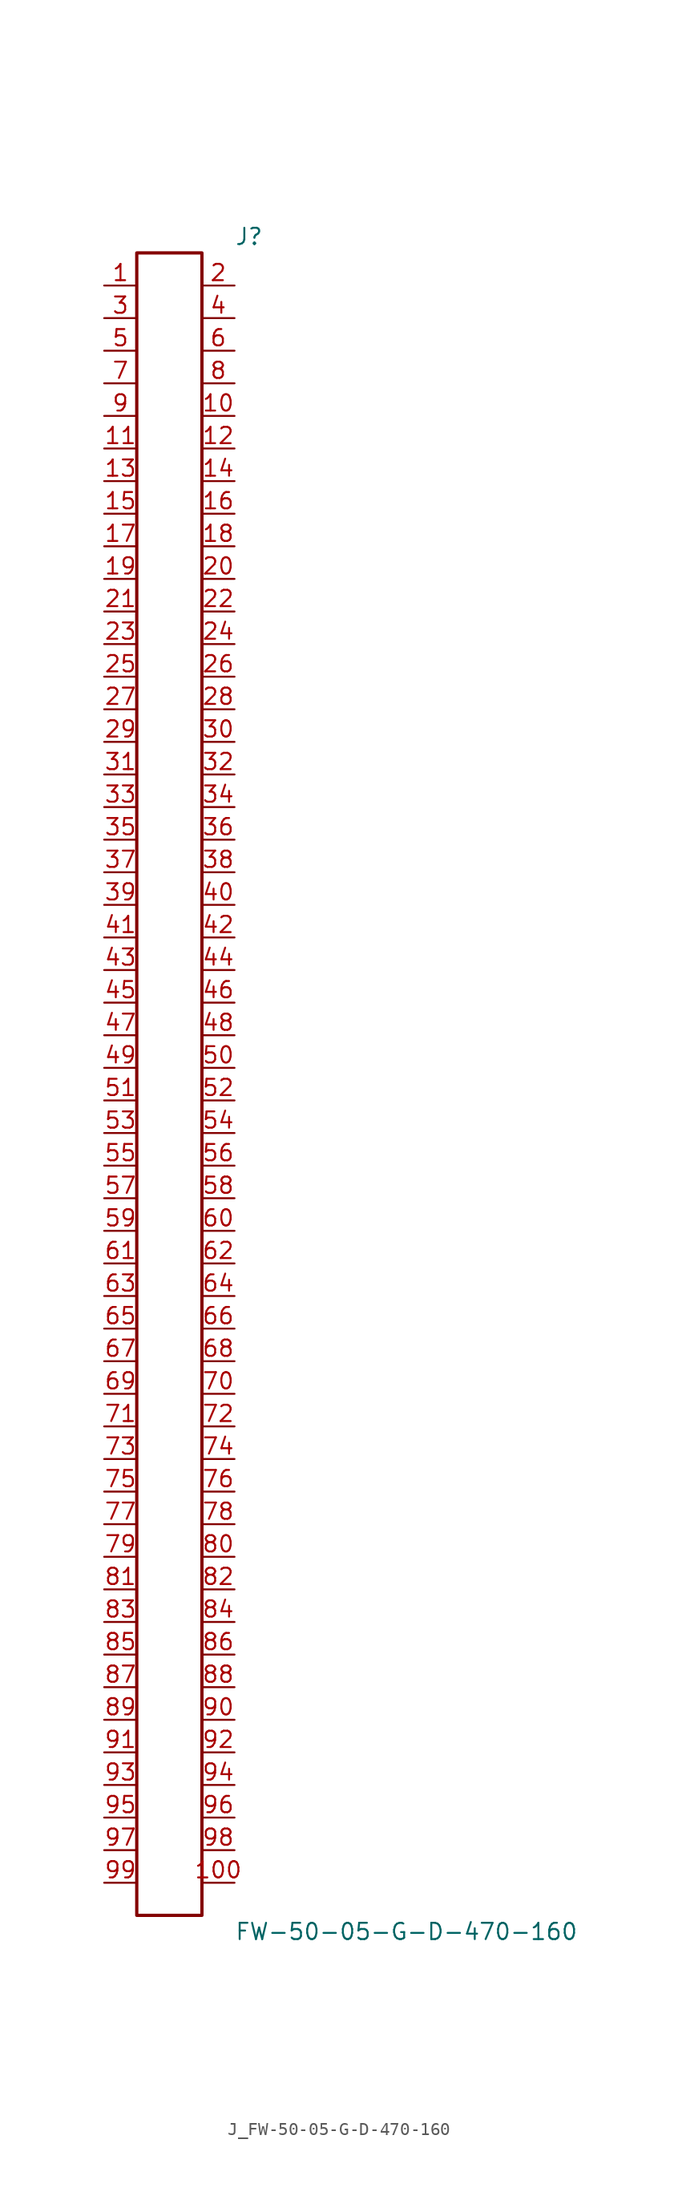
<source format=kicad_sym>
(kicad_symbol_lib
  (version 20231120)
  (generator kicad_symbol_editor)
  (generator_version 8.0)
  (symbol "J_FW-50-05-G-D-470-160"
    (pin_names
      (offset 0.254))
    (property "Reference" "J"
      (at 5.08 66.04 0)
      (effects (font (size 1.27 1.27)) (justify left)))
    (property "Value" "FW-50-05-G-D-470-160"
      (at 5.08 -66.04 0)
      (effects (font (size 1.27 1.27)) (justify left)))
    (symbol "J_FW-50-05-G-D-470-160_0_0"
      (pin unspecified line (at -5.08 62.23 0) (length 2.54) (name "" (effects (font (size 1.27 1.27)))) (number "1" (effects (font (size 1.27 1.27)))))
      (pin unspecified line (at 5.08 62.23 180) (length 2.54) (name "" (effects (font (size 1.27 1.27)))) (number "2" (effects (font (size 1.27 1.27)))))
      (pin unspecified line (at -5.08 59.69 0) (length 2.54) (name "" (effects (font (size 1.27 1.27)))) (number "3" (effects (font (size 1.27 1.27)))))
      (pin unspecified line (at 5.08 59.69 180) (length 2.54) (name "" (effects (font (size 1.27 1.27)))) (number "4" (effects (font (size 1.27 1.27)))))
      (pin unspecified line (at -5.08 57.15 0) (length 2.54) (name "" (effects (font (size 1.27 1.27)))) (number "5" (effects (font (size 1.27 1.27)))))
      (pin unspecified line (at 5.08 57.15 180) (length 2.54) (name "" (effects (font (size 1.27 1.27)))) (number "6" (effects (font (size 1.27 1.27)))))
      (pin unspecified line (at -5.08 54.61 0) (length 2.54) (name "" (effects (font (size 1.27 1.27)))) (number "7" (effects (font (size 1.27 1.27)))))
      (pin unspecified line (at 5.08 54.61 180) (length 2.54) (name "" (effects (font (size 1.27 1.27)))) (number "8" (effects (font (size 1.27 1.27)))))
      (pin unspecified line (at -5.08 52.07 0) (length 2.54) (name "" (effects (font (size 1.27 1.27)))) (number "9" (effects (font (size 1.27 1.27)))))
      (pin unspecified line (at 5.08 52.07 180) (length 2.54) (name "" (effects (font (size 1.27 1.27)))) (number "10" (effects (font (size 1.27 1.27)))))
      (pin unspecified line (at -5.08 49.53 0) (length 2.54) (name "" (effects (font (size 1.27 1.27)))) (number "11" (effects (font (size 1.27 1.27)))))
      (pin unspecified line (at 5.08 49.53 180) (length 2.54) (name "" (effects (font (size 1.27 1.27)))) (number "12" (effects (font (size 1.27 1.27)))))
      (pin unspecified line (at -5.08 46.99 0) (length 2.54) (name "" (effects (font (size 1.27 1.27)))) (number "13" (effects (font (size 1.27 1.27)))))
      (pin unspecified line (at 5.08 46.99 180) (length 2.54) (name "" (effects (font (size 1.27 1.27)))) (number "14" (effects (font (size 1.27 1.27)))))
      (pin unspecified line (at -5.08 44.45 0) (length 2.54) (name "" (effects (font (size 1.27 1.27)))) (number "15" (effects (font (size 1.27 1.27)))))
      (pin unspecified line (at 5.08 44.45 180) (length 2.54) (name "" (effects (font (size 1.27 1.27)))) (number "16" (effects (font (size 1.27 1.27)))))
      (pin unspecified line (at -5.08 41.91 0) (length 2.54) (name "" (effects (font (size 1.27 1.27)))) (number "17" (effects (font (size 1.27 1.27)))))
      (pin unspecified line (at 5.08 41.91 180) (length 2.54) (name "" (effects (font (size 1.27 1.27)))) (number "18" (effects (font (size 1.27 1.27)))))
      (pin unspecified line (at -5.08 39.37 0) (length 2.54) (name "" (effects (font (size 1.27 1.27)))) (number "19" (effects (font (size 1.27 1.27)))))
      (pin unspecified line (at 5.08 39.37 180) (length 2.54) (name "" (effects (font (size 1.27 1.27)))) (number "20" (effects (font (size 1.27 1.27)))))
      (pin unspecified line (at -5.08 36.83 0) (length 2.54) (name "" (effects (font (size 1.27 1.27)))) (number "21" (effects (font (size 1.27 1.27)))))
      (pin unspecified line (at 5.08 36.83 180) (length 2.54) (name "" (effects (font (size 1.27 1.27)))) (number "22" (effects (font (size 1.27 1.27)))))
      (pin unspecified line (at -5.08 34.29 0) (length 2.54) (name "" (effects (font (size 1.27 1.27)))) (number "23" (effects (font (size 1.27 1.27)))))
      (pin unspecified line (at 5.08 34.29 180) (length 2.54) (name "" (effects (font (size 1.27 1.27)))) (number "24" (effects (font (size 1.27 1.27)))))
      (pin unspecified line (at -5.08 31.75 0) (length 2.54) (name "" (effects (font (size 1.27 1.27)))) (number "25" (effects (font (size 1.27 1.27)))))
      (pin unspecified line (at 5.08 31.75 180) (length 2.54) (name "" (effects (font (size 1.27 1.27)))) (number "26" (effects (font (size 1.27 1.27)))))
      (pin unspecified line (at -5.08 29.21 0) (length 2.54) (name "" (effects (font (size 1.27 1.27)))) (number "27" (effects (font (size 1.27 1.27)))))
      (pin unspecified line (at 5.08 29.21 180) (length 2.54) (name "" (effects (font (size 1.27 1.27)))) (number "28" (effects (font (size 1.27 1.27)))))
      (pin unspecified line (at -5.08 26.67 0) (length 2.54) (name "" (effects (font (size 1.27 1.27)))) (number "29" (effects (font (size 1.27 1.27)))))
      (pin unspecified line (at 5.08 26.67 180) (length 2.54) (name "" (effects (font (size 1.27 1.27)))) (number "30" (effects (font (size 1.27 1.27)))))
      (pin unspecified line (at -5.08 24.13 0) (length 2.54) (name "" (effects (font (size 1.27 1.27)))) (number "31" (effects (font (size 1.27 1.27)))))
      (pin unspecified line (at 5.08 24.13 180) (length 2.54) (name "" (effects (font (size 1.27 1.27)))) (number "32" (effects (font (size 1.27 1.27)))))
      (pin unspecified line (at -5.08 21.59 0) (length 2.54) (name "" (effects (font (size 1.27 1.27)))) (number "33" (effects (font (size 1.27 1.27)))))
      (pin unspecified line (at 5.08 21.59 180) (length 2.54) (name "" (effects (font (size 1.27 1.27)))) (number "34" (effects (font (size 1.27 1.27)))))
      (pin unspecified line (at -5.08 19.05 0) (length 2.54) (name "" (effects (font (size 1.27 1.27)))) (number "35" (effects (font (size 1.27 1.27)))))
      (pin unspecified line (at 5.08 19.05 180) (length 2.54) (name "" (effects (font (size 1.27 1.27)))) (number "36" (effects (font (size 1.27 1.27)))))
      (pin unspecified line (at -5.08 16.51 0) (length 2.54) (name "" (effects (font (size 1.27 1.27)))) (number "37" (effects (font (size 1.27 1.27)))))
      (pin unspecified line (at 5.08 16.51 180) (length 2.54) (name "" (effects (font (size 1.27 1.27)))) (number "38" (effects (font (size 1.27 1.27)))))
      (pin unspecified line (at -5.08 13.97 0) (length 2.54) (name "" (effects (font (size 1.27 1.27)))) (number "39" (effects (font (size 1.27 1.27)))))
      (pin unspecified line (at 5.08 13.97 180) (length 2.54) (name "" (effects (font (size 1.27 1.27)))) (number "40" (effects (font (size 1.27 1.27)))))
      (pin unspecified line (at -5.08 11.43 0) (length 2.54) (name "" (effects (font (size 1.27 1.27)))) (number "41" (effects (font (size 1.27 1.27)))))
      (pin unspecified line (at 5.08 11.43 180) (length 2.54) (name "" (effects (font (size 1.27 1.27)))) (number "42" (effects (font (size 1.27 1.27)))))
      (pin unspecified line (at -5.08 8.89 0) (length 2.54) (name "" (effects (font (size 1.27 1.27)))) (number "43" (effects (font (size 1.27 1.27)))))
      (pin unspecified line (at 5.08 8.89 180) (length 2.54) (name "" (effects (font (size 1.27 1.27)))) (number "44" (effects (font (size 1.27 1.27)))))
      (pin unspecified line (at -5.08 6.35 0) (length 2.54) (name "" (effects (font (size 1.27 1.27)))) (number "45" (effects (font (size 1.27 1.27)))))
      (pin unspecified line (at 5.08 6.35 180) (length 2.54) (name "" (effects (font (size 1.27 1.27)))) (number "46" (effects (font (size 1.27 1.27)))))
      (pin unspecified line (at -5.08 3.81 0) (length 2.54) (name "" (effects (font (size 1.27 1.27)))) (number "47" (effects (font (size 1.27 1.27)))))
      (pin unspecified line (at 5.08 3.81 180) (length 2.54) (name "" (effects (font (size 1.27 1.27)))) (number "48" (effects (font (size 1.27 1.27)))))
      (pin unspecified line (at -5.08 1.27 0) (length 2.54) (name "" (effects (font (size 1.27 1.27)))) (number "49" (effects (font (size 1.27 1.27)))))
      (pin unspecified line (at 5.08 1.27 180) (length 2.54) (name "" (effects (font (size 1.27 1.27)))) (number "50" (effects (font (size 1.27 1.27)))))
      (pin unspecified line (at -5.08 -1.27 0) (length 2.54) (name "" (effects (font (size 1.27 1.27)))) (number "51" (effects (font (size 1.27 1.27)))))
      (pin unspecified line (at 5.08 -1.27 180) (length 2.54) (name "" (effects (font (size 1.27 1.27)))) (number "52" (effects (font (size 1.27 1.27)))))
      (pin unspecified line (at -5.08 -3.81 0) (length 2.54) (name "" (effects (font (size 1.27 1.27)))) (number "53" (effects (font (size 1.27 1.27)))))
      (pin unspecified line (at 5.08 -3.81 180) (length 2.54) (name "" (effects (font (size 1.27 1.27)))) (number "54" (effects (font (size 1.27 1.27)))))
      (pin unspecified line (at -5.08 -6.35 0) (length 2.54) (name "" (effects (font (size 1.27 1.27)))) (number "55" (effects (font (size 1.27 1.27)))))
      (pin unspecified line (at 5.08 -6.35 180) (length 2.54) (name "" (effects (font (size 1.27 1.27)))) (number "56" (effects (font (size 1.27 1.27)))))
      (pin unspecified line (at -5.08 -8.89 0) (length 2.54) (name "" (effects (font (size 1.27 1.27)))) (number "57" (effects (font (size 1.27 1.27)))))
      (pin unspecified line (at 5.08 -8.89 180) (length 2.54) (name "" (effects (font (size 1.27 1.27)))) (number "58" (effects (font (size 1.27 1.27)))))
      (pin unspecified line (at -5.08 -11.43 0) (length 2.54) (name "" (effects (font (size 1.27 1.27)))) (number "59" (effects (font (size 1.27 1.27)))))
      (pin unspecified line (at 5.08 -11.43 180) (length 2.54) (name "" (effects (font (size 1.27 1.27)))) (number "60" (effects (font (size 1.27 1.27)))))
      (pin unspecified line (at -5.08 -13.97 0) (length 2.54) (name "" (effects (font (size 1.27 1.27)))) (number "61" (effects (font (size 1.27 1.27)))))
      (pin unspecified line (at 5.08 -13.97 180) (length 2.54) (name "" (effects (font (size 1.27 1.27)))) (number "62" (effects (font (size 1.27 1.27)))))
      (pin unspecified line (at -5.08 -16.51 0) (length 2.54) (name "" (effects (font (size 1.27 1.27)))) (number "63" (effects (font (size 1.27 1.27)))))
      (pin unspecified line (at 5.08 -16.51 180) (length 2.54) (name "" (effects (font (size 1.27 1.27)))) (number "64" (effects (font (size 1.27 1.27)))))
      (pin unspecified line (at -5.08 -19.05 0) (length 2.54) (name "" (effects (font (size 1.27 1.27)))) (number "65" (effects (font (size 1.27 1.27)))))
      (pin unspecified line (at 5.08 -19.05 180) (length 2.54) (name "" (effects (font (size 1.27 1.27)))) (number "66" (effects (font (size 1.27 1.27)))))
      (pin unspecified line (at -5.08 -21.59 0) (length 2.54) (name "" (effects (font (size 1.27 1.27)))) (number "67" (effects (font (size 1.27 1.27)))))
      (pin unspecified line (at 5.08 -21.59 180) (length 2.54) (name "" (effects (font (size 1.27 1.27)))) (number "68" (effects (font (size 1.27 1.27)))))
      (pin unspecified line (at -5.08 -24.13 0) (length 2.54) (name "" (effects (font (size 1.27 1.27)))) (number "69" (effects (font (size 1.27 1.27)))))
      (pin unspecified line (at 5.08 -24.13 180) (length 2.54) (name "" (effects (font (size 1.27 1.27)))) (number "70" (effects (font (size 1.27 1.27)))))
      (pin unspecified line (at -5.08 -26.67 0) (length 2.54) (name "" (effects (font (size 1.27 1.27)))) (number "71" (effects (font (size 1.27 1.27)))))
      (pin unspecified line (at 5.08 -26.67 180) (length 2.54) (name "" (effects (font (size 1.27 1.27)))) (number "72" (effects (font (size 1.27 1.27)))))
      (pin unspecified line (at -5.08 -29.21 0) (length 2.54) (name "" (effects (font (size 1.27 1.27)))) (number "73" (effects (font (size 1.27 1.27)))))
      (pin unspecified line (at 5.08 -29.21 180) (length 2.54) (name "" (effects (font (size 1.27 1.27)))) (number "74" (effects (font (size 1.27 1.27)))))
      (pin unspecified line (at -5.08 -31.75 0) (length 2.54) (name "" (effects (font (size 1.27 1.27)))) (number "75" (effects (font (size 1.27 1.27)))))
      (pin unspecified line (at 5.08 -31.75 180) (length 2.54) (name "" (effects (font (size 1.27 1.27)))) (number "76" (effects (font (size 1.27 1.27)))))
      (pin unspecified line (at -5.08 -34.29 0) (length 2.54) (name "" (effects (font (size 1.27 1.27)))) (number "77" (effects (font (size 1.27 1.27)))))
      (pin unspecified line (at 5.08 -34.29 180) (length 2.54) (name "" (effects (font (size 1.27 1.27)))) (number "78" (effects (font (size 1.27 1.27)))))
      (pin unspecified line (at -5.08 -36.83 0) (length 2.54) (name "" (effects (font (size 1.27 1.27)))) (number "79" (effects (font (size 1.27 1.27)))))
      (pin unspecified line (at 5.08 -36.83 180) (length 2.54) (name "" (effects (font (size 1.27 1.27)))) (number "80" (effects (font (size 1.27 1.27)))))
      (pin unspecified line (at -5.08 -39.37 0) (length 2.54) (name "" (effects (font (size 1.27 1.27)))) (number "81" (effects (font (size 1.27 1.27)))))
      (pin unspecified line (at 5.08 -39.37 180) (length 2.54) (name "" (effects (font (size 1.27 1.27)))) (number "82" (effects (font (size 1.27 1.27)))))
      (pin unspecified line (at -5.08 -41.91 0) (length 2.54) (name "" (effects (font (size 1.27 1.27)))) (number "83" (effects (font (size 1.27 1.27)))))
      (pin unspecified line (at 5.08 -41.91 180) (length 2.54) (name "" (effects (font (size 1.27 1.27)))) (number "84" (effects (font (size 1.27 1.27)))))
      (pin unspecified line (at -5.08 -44.45 0) (length 2.54) (name "" (effects (font (size 1.27 1.27)))) (number "85" (effects (font (size 1.27 1.27)))))
      (pin unspecified line (at 5.08 -44.45 180) (length 2.54) (name "" (effects (font (size 1.27 1.27)))) (number "86" (effects (font (size 1.27 1.27)))))
      (pin unspecified line (at -5.08 -46.99 0) (length 2.54) (name "" (effects (font (size 1.27 1.27)))) (number "87" (effects (font (size 1.27 1.27)))))
      (pin unspecified line (at 5.08 -46.99 180) (length 2.54) (name "" (effects (font (size 1.27 1.27)))) (number "88" (effects (font (size 1.27 1.27)))))
      (pin unspecified line (at -5.08 -49.53 0) (length 2.54) (name "" (effects (font (size 1.27 1.27)))) (number "89" (effects (font (size 1.27 1.27)))))
      (pin unspecified line (at 5.08 -49.53 180) (length 2.54) (name "" (effects (font (size 1.27 1.27)))) (number "90" (effects (font (size 1.27 1.27)))))
      (pin unspecified line (at -5.08 -52.07 0) (length 2.54) (name "" (effects (font (size 1.27 1.27)))) (number "91" (effects (font (size 1.27 1.27)))))
      (pin unspecified line (at 5.08 -52.07 180) (length 2.54) (name "" (effects (font (size 1.27 1.27)))) (number "92" (effects (font (size 1.27 1.27)))))
      (pin unspecified line (at -5.08 -54.61 0) (length 2.54) (name "" (effects (font (size 1.27 1.27)))) (number "93" (effects (font (size 1.27 1.27)))))
      (pin unspecified line (at 5.08 -54.61 180) (length 2.54) (name "" (effects (font (size 1.27 1.27)))) (number "94" (effects (font (size 1.27 1.27)))))
      (pin unspecified line (at -5.08 -57.15 0) (length 2.54) (name "" (effects (font (size 1.27 1.27)))) (number "95" (effects (font (size 1.27 1.27)))))
      (pin unspecified line (at 5.08 -57.15 180) (length 2.54) (name "" (effects (font (size 1.27 1.27)))) (number "96" (effects (font (size 1.27 1.27)))))
      (pin unspecified line (at -5.08 -59.69 0) (length 2.54) (name "" (effects (font (size 1.27 1.27)))) (number "97" (effects (font (size 1.27 1.27)))))
      (pin unspecified line (at 5.08 -59.69 180) (length 2.54) (name "" (effects (font (size 1.27 1.27)))) (number "98" (effects (font (size 1.27 1.27)))))
      (pin unspecified line (at -5.08 -62.23 0) (length 2.54) (name "" (effects (font (size 1.27 1.27)))) (number "99" (effects (font (size 1.27 1.27)))))
      (pin unspecified line (at 5.08 -62.23 180) (length 2.54) (name "" (effects (font (size 1.27 1.27)))) (number "100" (effects (font (size 1.27 1.27))))))
    (symbol "J_FW-50-05-G-D-470-160_1_0"
      (rectangle (start -2.54 64.77) (end 2.54 -64.77) (stroke (width 0.254) (type solid)) (fill (type none))))))
</source>
